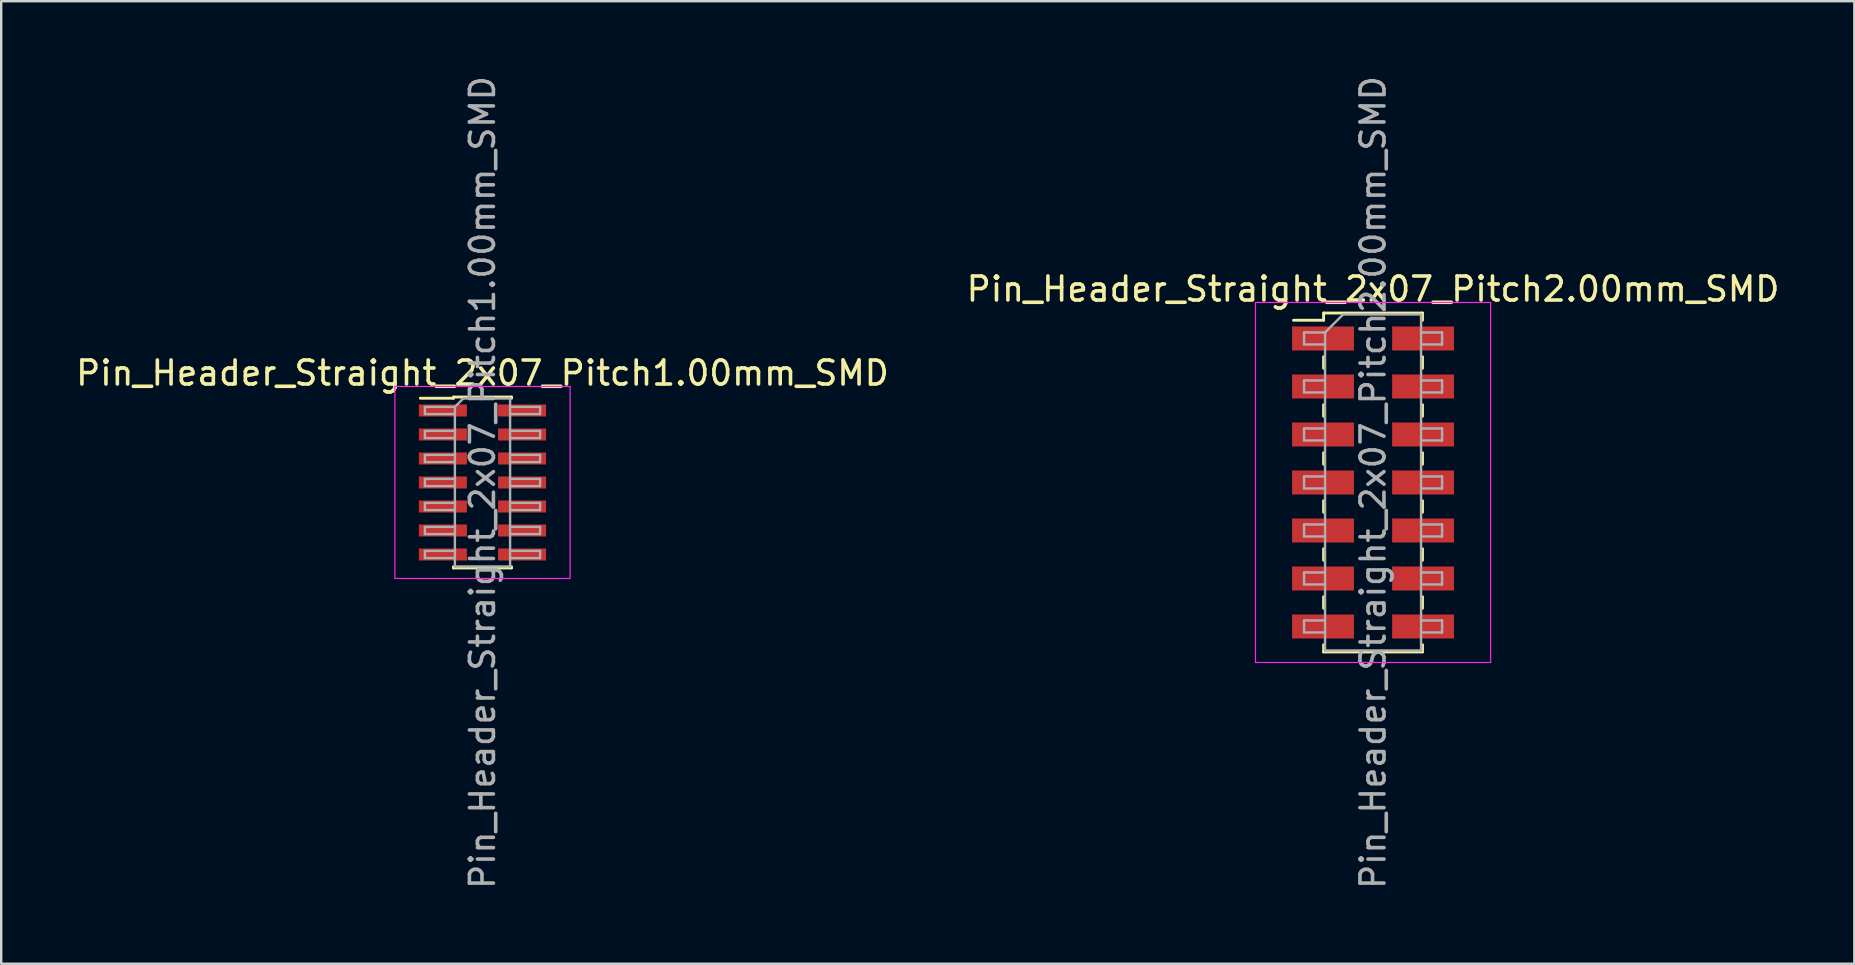
<source format=kicad_pcb>
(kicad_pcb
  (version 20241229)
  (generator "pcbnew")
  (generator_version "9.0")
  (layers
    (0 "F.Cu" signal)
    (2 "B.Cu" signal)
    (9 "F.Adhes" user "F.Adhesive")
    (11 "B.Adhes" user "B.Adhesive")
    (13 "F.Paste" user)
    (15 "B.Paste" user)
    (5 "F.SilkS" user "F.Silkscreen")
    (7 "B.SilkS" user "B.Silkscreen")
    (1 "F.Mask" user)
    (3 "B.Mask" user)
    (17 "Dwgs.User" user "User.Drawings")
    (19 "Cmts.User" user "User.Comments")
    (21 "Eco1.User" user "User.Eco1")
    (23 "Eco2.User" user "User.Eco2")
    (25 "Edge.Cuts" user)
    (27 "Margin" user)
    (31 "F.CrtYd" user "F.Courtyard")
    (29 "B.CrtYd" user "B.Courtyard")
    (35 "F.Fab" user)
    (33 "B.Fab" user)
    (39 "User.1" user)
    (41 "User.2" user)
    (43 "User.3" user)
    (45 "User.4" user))
  (footprint "Pin_Header_Straight_2x07_Pitch1.00mm_SMD"
    (layer "F.Cu")
    (at 17.054 17.054)
    (property "Reference" "Pin_Header_Straight_2x07_Pitch1.00mm_SMD" (at 0 -4.56 0) (layer "F.SilkS") (effects (font (size 1 1) (thickness 0.15))))
    (attr smd)
    (fp_line (start -2.59 -3.51) (end -1.21 -3.51) (stroke (width 0.12) (type solid)) (layer "F.SilkS"))
    (fp_line (start -1.21 -3.56) (end -1.21 -3.51) (stroke (width 0.12) (type solid)) (layer "F.SilkS"))
    (fp_line (start -1.21 -3.56) (end 1.21 -3.56) (stroke (width 0.12) (type solid)) (layer "F.SilkS"))
    (fp_line (start -1.21 3.51) (end -1.21 3.56) (stroke (width 0.12) (type solid)) (layer "F.SilkS"))
    (fp_line (start -1.21 3.56) (end 1.21 3.56) (stroke (width 0.12) (type solid)) (layer "F.SilkS"))
    (fp_line (start 1.21 -3.56) (end 1.21 -3.51) (stroke (width 0.12) (type solid)) (layer "F.SilkS"))
    (fp_line (start 1.21 3.51) (end 1.21 3.56) (stroke (width 0.12) (type solid)) (layer "F.SilkS"))
    (fp_line (start -3.65 -4) (end -3.65 4) (stroke (width 0.05) (type solid)) (layer "F.CrtYd"))
    (fp_line (start -3.65 4) (end 3.65 4) (stroke (width 0.05) (type solid)) (layer "F.CrtYd"))
    (fp_line (start 3.65 -4) (end -3.65 -4) (stroke (width 0.05) (type solid)) (layer "F.CrtYd"))
    (fp_line (start 3.65 4) (end 3.65 -4) (stroke (width 0.05) (type solid)) (layer "F.CrtYd"))
    (fp_line (start -2.4 -3.15) (end -2.4 -2.85) (stroke (width 0.1) (type solid)) (layer "F.Fab"))
    (fp_line (start -2.4 -2.85) (end -1.15 -2.85) (stroke (width 0.1) (type solid)) (layer "F.Fab"))
    (fp_line (start -2.4 -2.15) (end -2.4 -1.85) (stroke (width 0.1) (type solid)) (layer "F.Fab"))
    (fp_line (start -2.4 -1.85) (end -1.15 -1.85) (stroke (width 0.1) (type solid)) (layer "F.Fab"))
    (fp_line (start -2.4 -1.15) (end -2.4 -0.85) (stroke (width 0.1) (type solid)) (layer "F.Fab"))
    (fp_line (start -2.4 -0.85) (end -1.15 -0.85) (stroke (width 0.1) (type solid)) (layer "F.Fab"))
    (fp_line (start -2.4 -0.15) (end -2.4 0.15) (stroke (width 0.1) (type solid)) (layer "F.Fab"))
    (fp_line (start -2.4 0.15) (end -1.15 0.15) (stroke (width 0.1) (type solid)) (layer "F.Fab"))
    (fp_line (start -2.4 0.85) (end -2.4 1.15) (stroke (width 0.1) (type solid)) (layer "F.Fab"))
    (fp_line (start -2.4 1.15) (end -1.15 1.15) (stroke (width 0.1) (type solid)) (layer "F.Fab"))
    (fp_line (start -2.4 1.85) (end -2.4 2.15) (stroke (width 0.1) (type solid)) (layer "F.Fab"))
    (fp_line (start -2.4 2.15) (end -1.15 2.15) (stroke (width 0.1) (type solid)) (layer "F.Fab"))
    (fp_line (start -2.4 2.85) (end -2.4 3.15) (stroke (width 0.1) (type solid)) (layer "F.Fab"))
    (fp_line (start -2.4 3.15) (end -1.15 3.15) (stroke (width 0.1) (type solid)) (layer "F.Fab"))
    (fp_line (start -1.15 -3.15) (end -2.4 -3.15) (stroke (width 0.1) (type solid)) (layer "F.Fab"))
    (fp_line (start -1.15 -3.15) (end -0.8 -3.5) (stroke (width 0.1) (type solid)) (layer "F.Fab"))
    (fp_line (start -1.15 -2.15) (end -2.4 -2.15) (stroke (width 0.1) (type solid)) (layer "F.Fab"))
    (fp_line (start -1.15 -1.15) (end -2.4 -1.15) (stroke (width 0.1) (type solid)) (layer "F.Fab"))
    (fp_line (start -1.15 -0.15) (end -2.4 -0.15) (stroke (width 0.1) (type solid)) (layer "F.Fab"))
    (fp_line (start -1.15 0.85) (end -2.4 0.85) (stroke (width 0.1) (type solid)) (layer "F.Fab"))
    (fp_line (start -1.15 1.85) (end -2.4 1.85) (stroke (width 0.1) (type solid)) (layer "F.Fab"))
    (fp_line (start -1.15 2.85) (end -2.4 2.85) (stroke (width 0.1) (type solid)) (layer "F.Fab"))
    (fp_line (start -1.15 3.5) (end -1.15 -3.15) (stroke (width 0.1) (type solid)) (layer "F.Fab"))
    (fp_line (start -0.8 -3.5) (end 1.15 -3.5) (stroke (width 0.1) (type solid)) (layer "F.Fab"))
    (fp_line (start 1.15 -3.5) (end 1.15 3.5) (stroke (width 0.1) (type solid)) (layer "F.Fab"))
    (fp_line (start 1.15 -3.15) (end 2.4 -3.15) (stroke (width 0.1) (type solid)) (layer "F.Fab"))
    (fp_line (start 1.15 -2.15) (end 2.4 -2.15) (stroke (width 0.1) (type solid)) (layer "F.Fab"))
    (fp_line (start 1.15 -1.15) (end 2.4 -1.15) (stroke (width 0.1) (type solid)) (layer "F.Fab"))
    (fp_line (start 1.15 -0.15) (end 2.4 -0.15) (stroke (width 0.1) (type solid)) (layer "F.Fab"))
    (fp_line (start 1.15 0.85) (end 2.4 0.85) (stroke (width 0.1) (type solid)) (layer "F.Fab"))
    (fp_line (start 1.15 1.85) (end 2.4 1.85) (stroke (width 0.1) (type solid)) (layer "F.Fab"))
    (fp_line (start 1.15 2.85) (end 2.4 2.85) (stroke (width 0.1) (type solid)) (layer "F.Fab"))
    (fp_line (start 1.15 3.5) (end -1.15 3.5) (stroke (width 0.1) (type solid)) (layer "F.Fab"))
    (fp_line (start 2.4 -3.15) (end 2.4 -2.85) (stroke (width 0.1) (type solid)) (layer "F.Fab"))
    (fp_line (start 2.4 -2.85) (end 1.15 -2.85) (stroke (width 0.1) (type solid)) (layer "F.Fab"))
    (fp_line (start 2.4 -2.15) (end 2.4 -1.85) (stroke (width 0.1) (type solid)) (layer "F.Fab"))
    (fp_line (start 2.4 -1.85) (end 1.15 -1.85) (stroke (width 0.1) (type solid)) (layer "F.Fab"))
    (fp_line (start 2.4 -1.15) (end 2.4 -0.85) (stroke (width 0.1) (type solid)) (layer "F.Fab"))
    (fp_line (start 2.4 -0.85) (end 1.15 -0.85) (stroke (width 0.1) (type solid)) (layer "F.Fab"))
    (fp_line (start 2.4 -0.15) (end 2.4 0.15) (stroke (width 0.1) (type solid)) (layer "F.Fab"))
    (fp_line (start 2.4 0.15) (end 1.15 0.15) (stroke (width 0.1) (type solid)) (layer "F.Fab"))
    (fp_line (start 2.4 0.85) (end 2.4 1.15) (stroke (width 0.1) (type solid)) (layer "F.Fab"))
    (fp_line (start 2.4 1.15) (end 1.15 1.15) (stroke (width 0.1) (type solid)) (layer "F.Fab"))
    (fp_line (start 2.4 1.85) (end 2.4 2.15) (stroke (width 0.1) (type solid)) (layer "F.Fab"))
    (fp_line (start 2.4 2.15) (end 1.15 2.15) (stroke (width 0.1) (type solid)) (layer "F.Fab"))
    (fp_line (start 2.4 2.85) (end 2.4 3.15) (stroke (width 0.1) (type solid)) (layer "F.Fab"))
    (fp_line (start 2.4 3.15) (end 1.15 3.15) (stroke (width 0.1) (type solid)) (layer "F.Fab"))
    (fp_text user "${REFERENCE}" (at 0 0 90) (layer "F.Fab") (effects (font (size 1 1) (thickness 0.15))))
    (pad "1" smd rect (at -1.65 -3) (size 2 0.5) (layers "F.Cu" "F.Mask" "F.Paste"))
    (pad "2" smd rect (at 1.65 -3) (size 2 0.5) (layers "F.Cu" "F.Mask" "F.Paste"))
    (pad "3" smd rect (at -1.65 -2) (size 2 0.5) (layers "F.Cu" "F.Mask" "F.Paste"))
    (pad "4" smd rect (at 1.65 -2) (size 2 0.5) (layers "F.Cu" "F.Mask" "F.Paste"))
    (pad "5" smd rect (at -1.65 -1) (size 2 0.5) (layers "F.Cu" "F.Mask" "F.Paste"))
    (pad "6" smd rect (at 1.65 -1) (size 2 0.5) (layers "F.Cu" "F.Mask" "F.Paste"))
    (pad "7" smd rect (at -1.65 0) (size 2 0.5) (layers "F.Cu" "F.Mask" "F.Paste"))
    (pad "8" smd rect (at 1.65 0) (size 2 0.5) (layers "F.Cu" "F.Mask" "F.Paste"))
    (pad "9" smd rect (at -1.65 1) (size 2 0.5) (layers "F.Cu" "F.Mask" "F.Paste"))
    (pad "10" smd rect (at 1.65 1) (size 2 0.5) (layers "F.Cu" "F.Mask" "F.Paste"))
    (pad "11" smd rect (at -1.65 2) (size 2 0.5) (layers "F.Cu" "F.Mask" "F.Paste"))
    (pad "12" smd rect (at 1.65 2) (size 2 0.5) (layers "F.Cu" "F.Mask" "F.Paste"))
    (pad "13" smd rect (at -1.65 3) (size 2 0.5) (layers "F.Cu" "F.Mask" "F.Paste"))
    (pad "14" smd rect (at 1.65 3) (size 2 0.5) (layers "F.Cu" "F.Mask" "F.Paste")))
  (footprint "Pin_Header_Straight_2x07_Pitch2.00mm_SMD"
    (layer "F.Cu")
    (at 54.161 17.054)
    (property "Reference" "Pin_Header_Straight_2x07_Pitch2.00mm_SMD" (at 0 -8.06 0) (layer "F.SilkS") (effects (font (size 1 1) (thickness 0.15))))
    (attr smd)
    (fp_line (start -3.315 -6.76) (end -2.06 -6.76) (stroke (width 0.12) (type solid)) (layer "F.SilkS"))
    (fp_line (start -2.06 -7.06) (end -2.06 -6.76) (stroke (width 0.12) (type solid)) (layer "F.SilkS"))
    (fp_line (start -2.06 -7.06) (end 2.06 -7.06) (stroke (width 0.12) (type solid)) (layer "F.SilkS"))
    (fp_line (start -2.06 -5.24) (end -2.06 -4.76) (stroke (width 0.12) (type solid)) (layer "F.SilkS"))
    (fp_line (start -2.06 -3.24) (end -2.06 -2.76) (stroke (width 0.12) (type solid)) (layer "F.SilkS"))
    (fp_line (start -2.06 -1.24) (end -2.06 -0.76) (stroke (width 0.12) (type solid)) (layer "F.SilkS"))
    (fp_line (start -2.06 0.76) (end -2.06 1.24) (stroke (width 0.12) (type solid)) (layer "F.SilkS"))
    (fp_line (start -2.06 2.76) (end -2.06 3.24) (stroke (width 0.12) (type solid)) (layer "F.SilkS"))
    (fp_line (start -2.06 4.76) (end -2.06 5.24) (stroke (width 0.12) (type solid)) (layer "F.SilkS"))
    (fp_line (start -2.06 6.76) (end -2.06 7.06) (stroke (width 0.12) (type solid)) (layer "F.SilkS"))
    (fp_line (start -2.06 7.06) (end 2.06 7.06) (stroke (width 0.12) (type solid)) (layer "F.SilkS"))
    (fp_line (start 2.06 -7.06) (end 2.06 -6.76) (stroke (width 0.12) (type solid)) (layer "F.SilkS"))
    (fp_line (start 2.06 -5.24) (end 2.06 -4.76) (stroke (width 0.12) (type solid)) (layer "F.SilkS"))
    (fp_line (start 2.06 -3.24) (end 2.06 -2.76) (stroke (width 0.12) (type solid)) (layer "F.SilkS"))
    (fp_line (start 2.06 -1.24) (end 2.06 -0.76) (stroke (width 0.12) (type solid)) (layer "F.SilkS"))
    (fp_line (start 2.06 0.76) (end 2.06 1.24) (stroke (width 0.12) (type solid)) (layer "F.SilkS"))
    (fp_line (start 2.06 2.76) (end 2.06 3.24) (stroke (width 0.12) (type solid)) (layer "F.SilkS"))
    (fp_line (start 2.06 4.76) (end 2.06 5.24) (stroke (width 0.12) (type solid)) (layer "F.SilkS"))
    (fp_line (start 2.06 6.76) (end 2.06 7.06) (stroke (width 0.12) (type solid)) (layer "F.SilkS"))
    (fp_line (start -4.9 -7.5) (end -4.9 7.5) (stroke (width 0.05) (type solid)) (layer "F.CrtYd"))
    (fp_line (start -4.9 7.5) (end 4.9 7.5) (stroke (width 0.05) (type solid)) (layer "F.CrtYd"))
    (fp_line (start 4.9 -7.5) (end -4.9 -7.5) (stroke (width 0.05) (type solid)) (layer "F.CrtYd"))
    (fp_line (start 4.9 7.5) (end 4.9 -7.5) (stroke (width 0.05) (type solid)) (layer "F.CrtYd"))
    (fp_line (start -2.875 -6.25) (end -2.875 -5.75) (stroke (width 0.1) (type solid)) (layer "F.Fab"))
    (fp_line (start -2.875 -5.75) (end -2 -5.75) (stroke (width 0.1) (type solid)) (layer "F.Fab"))
    (fp_line (start -2.875 -4.25) (end -2.875 -3.75) (stroke (width 0.1) (type solid)) (layer "F.Fab"))
    (fp_line (start -2.875 -3.75) (end -2 -3.75) (stroke (width 0.1) (type solid)) (layer "F.Fab"))
    (fp_line (start -2.875 -2.25) (end -2.875 -1.75) (stroke (width 0.1) (type solid)) (layer "F.Fab"))
    (fp_line (start -2.875 -1.75) (end -2 -1.75) (stroke (width 0.1) (type solid)) (layer "F.Fab"))
    (fp_line (start -2.875 -0.25) (end -2.875 0.25) (stroke (width 0.1) (type solid)) (layer "F.Fab"))
    (fp_line (start -2.875 0.25) (end -2 0.25) (stroke (width 0.1) (type solid)) (layer "F.Fab"))
    (fp_line (start -2.875 1.75) (end -2.875 2.25) (stroke (width 0.1) (type solid)) (layer "F.Fab"))
    (fp_line (start -2.875 2.25) (end -2 2.25) (stroke (width 0.1) (type solid)) (layer "F.Fab"))
    (fp_line (start -2.875 3.75) (end -2.875 4.25) (stroke (width 0.1) (type solid)) (layer "F.Fab"))
    (fp_line (start -2.875 4.25) (end -2 4.25) (stroke (width 0.1) (type solid)) (layer "F.Fab"))
    (fp_line (start -2.875 5.75) (end -2.875 6.25) (stroke (width 0.1) (type solid)) (layer "F.Fab"))
    (fp_line (start -2.875 6.25) (end -2 6.25) (stroke (width 0.1) (type solid)) (layer "F.Fab"))
    (fp_line (start -2 -6.25) (end -2.875 -6.25) (stroke (width 0.1) (type solid)) (layer "F.Fab"))
    (fp_line (start -2 -6.25) (end -1.25 -7) (stroke (width 0.1) (type solid)) (layer "F.Fab"))
    (fp_line (start -2 -4.25) (end -2.875 -4.25) (stroke (width 0.1) (type solid)) (layer "F.Fab"))
    (fp_line (start -2 -2.25) (end -2.875 -2.25) (stroke (width 0.1) (type solid)) (layer "F.Fab"))
    (fp_line (start -2 -0.25) (end -2.875 -0.25) (stroke (width 0.1) (type solid)) (layer "F.Fab"))
    (fp_line (start -2 1.75) (end -2.875 1.75) (stroke (width 0.1) (type solid)) (layer "F.Fab"))
    (fp_line (start -2 3.75) (end -2.875 3.75) (stroke (width 0.1) (type solid)) (layer "F.Fab"))
    (fp_line (start -2 5.75) (end -2.875 5.75) (stroke (width 0.1) (type solid)) (layer "F.Fab"))
    (fp_line (start -2 7) (end -2 -6.25) (stroke (width 0.1) (type solid)) (layer "F.Fab"))
    (fp_line (start -1.25 -7) (end 2 -7) (stroke (width 0.1) (type solid)) (layer "F.Fab"))
    (fp_line (start 2 -7) (end 2 7) (stroke (width 0.1) (type solid)) (layer "F.Fab"))
    (fp_line (start 2 -6.25) (end 2.875 -6.25) (stroke (width 0.1) (type solid)) (layer "F.Fab"))
    (fp_line (start 2 -4.25) (end 2.875 -4.25) (stroke (width 0.1) (type solid)) (layer "F.Fab"))
    (fp_line (start 2 -2.25) (end 2.875 -2.25) (stroke (width 0.1) (type solid)) (layer "F.Fab"))
    (fp_line (start 2 -0.25) (end 2.875 -0.25) (stroke (width 0.1) (type solid)) (layer "F.Fab"))
    (fp_line (start 2 1.75) (end 2.875 1.75) (stroke (width 0.1) (type solid)) (layer "F.Fab"))
    (fp_line (start 2 3.75) (end 2.875 3.75) (stroke (width 0.1) (type solid)) (layer "F.Fab"))
    (fp_line (start 2 5.75) (end 2.875 5.75) (stroke (width 0.1) (type solid)) (layer "F.Fab"))
    (fp_line (start 2 7) (end -2 7) (stroke (width 0.1) (type solid)) (layer "F.Fab"))
    (fp_line (start 2.875 -6.25) (end 2.875 -5.75) (stroke (width 0.1) (type solid)) (layer "F.Fab"))
    (fp_line (start 2.875 -5.75) (end 2 -5.75) (stroke (width 0.1) (type solid)) (layer "F.Fab"))
    (fp_line (start 2.875 -4.25) (end 2.875 -3.75) (stroke (width 0.1) (type solid)) (layer "F.Fab"))
    (fp_line (start 2.875 -3.75) (end 2 -3.75) (stroke (width 0.1) (type solid)) (layer "F.Fab"))
    (fp_line (start 2.875 -2.25) (end 2.875 -1.75) (stroke (width 0.1) (type solid)) (layer "F.Fab"))
    (fp_line (start 2.875 -1.75) (end 2 -1.75) (stroke (width 0.1) (type solid)) (layer "F.Fab"))
    (fp_line (start 2.875 -0.25) (end 2.875 0.25) (stroke (width 0.1) (type solid)) (layer "F.Fab"))
    (fp_line (start 2.875 0.25) (end 2 0.25) (stroke (width 0.1) (type solid)) (layer "F.Fab"))
    (fp_line (start 2.875 1.75) (end 2.875 2.25) (stroke (width 0.1) (type solid)) (layer "F.Fab"))
    (fp_line (start 2.875 2.25) (end 2 2.25) (stroke (width 0.1) (type solid)) (layer "F.Fab"))
    (fp_line (start 2.875 3.75) (end 2.875 4.25) (stroke (width 0.1) (type solid)) (layer "F.Fab"))
    (fp_line (start 2.875 4.25) (end 2 4.25) (stroke (width 0.1) (type solid)) (layer "F.Fab"))
    (fp_line (start 2.875 5.75) (end 2.875 6.25) (stroke (width 0.1) (type solid)) (layer "F.Fab"))
    (fp_line (start 2.875 6.25) (end 2 6.25) (stroke (width 0.1) (type solid)) (layer "F.Fab"))
    (fp_text user "${REFERENCE}" (at 0 0 90) (layer "F.Fab") (effects (font (size 1 1) (thickness 0.15))))
    (pad "1" smd rect (at -2.085 -6) (size 2.58 1) (layers "F.Cu" "F.Mask" "F.Paste"))
    (pad "2" smd rect (at 2.085 -6) (size 2.58 1) (layers "F.Cu" "F.Mask" "F.Paste"))
    (pad "3" smd rect (at -2.085 -4) (size 2.58 1) (layers "F.Cu" "F.Mask" "F.Paste"))
    (pad "4" smd rect (at 2.085 -4) (size 2.58 1) (layers "F.Cu" "F.Mask" "F.Paste"))
    (pad "5" smd rect (at -2.085 -2) (size 2.58 1) (layers "F.Cu" "F.Mask" "F.Paste"))
    (pad "6" smd rect (at 2.085 -2) (size 2.58 1) (layers "F.Cu" "F.Mask" "F.Paste"))
    (pad "7" smd rect (at -2.085 0) (size 2.58 1) (layers "F.Cu" "F.Mask" "F.Paste"))
    (pad "8" smd rect (at 2.085 0) (size 2.58 1) (layers "F.Cu" "F.Mask" "F.Paste"))
    (pad "9" smd rect (at -2.085 2) (size 2.58 1) (layers "F.Cu" "F.Mask" "F.Paste"))
    (pad "10" smd rect (at 2.085 2) (size 2.58 1) (layers "F.Cu" "F.Mask" "F.Paste"))
    (pad "11" smd rect (at -2.085 4) (size 2.58 1) (layers "F.Cu" "F.Mask" "F.Paste"))
    (pad "12" smd rect (at 2.085 4) (size 2.58 1) (layers "F.Cu" "F.Mask" "F.Paste"))
    (pad "13" smd rect (at -2.085 6) (size 2.58 1) (layers "F.Cu" "F.Mask" "F.Paste"))
    (pad "14" smd rect (at 2.085 6) (size 2.58 1) (layers "F.Cu" "F.Mask" "F.Paste")))
  (gr_rect
    (start -3 -3)
    (end 74.214 37.107)
    (stroke (width 0.1) (type default))
    (fill no)
    (layer "Edge.Cuts")))
</source>
